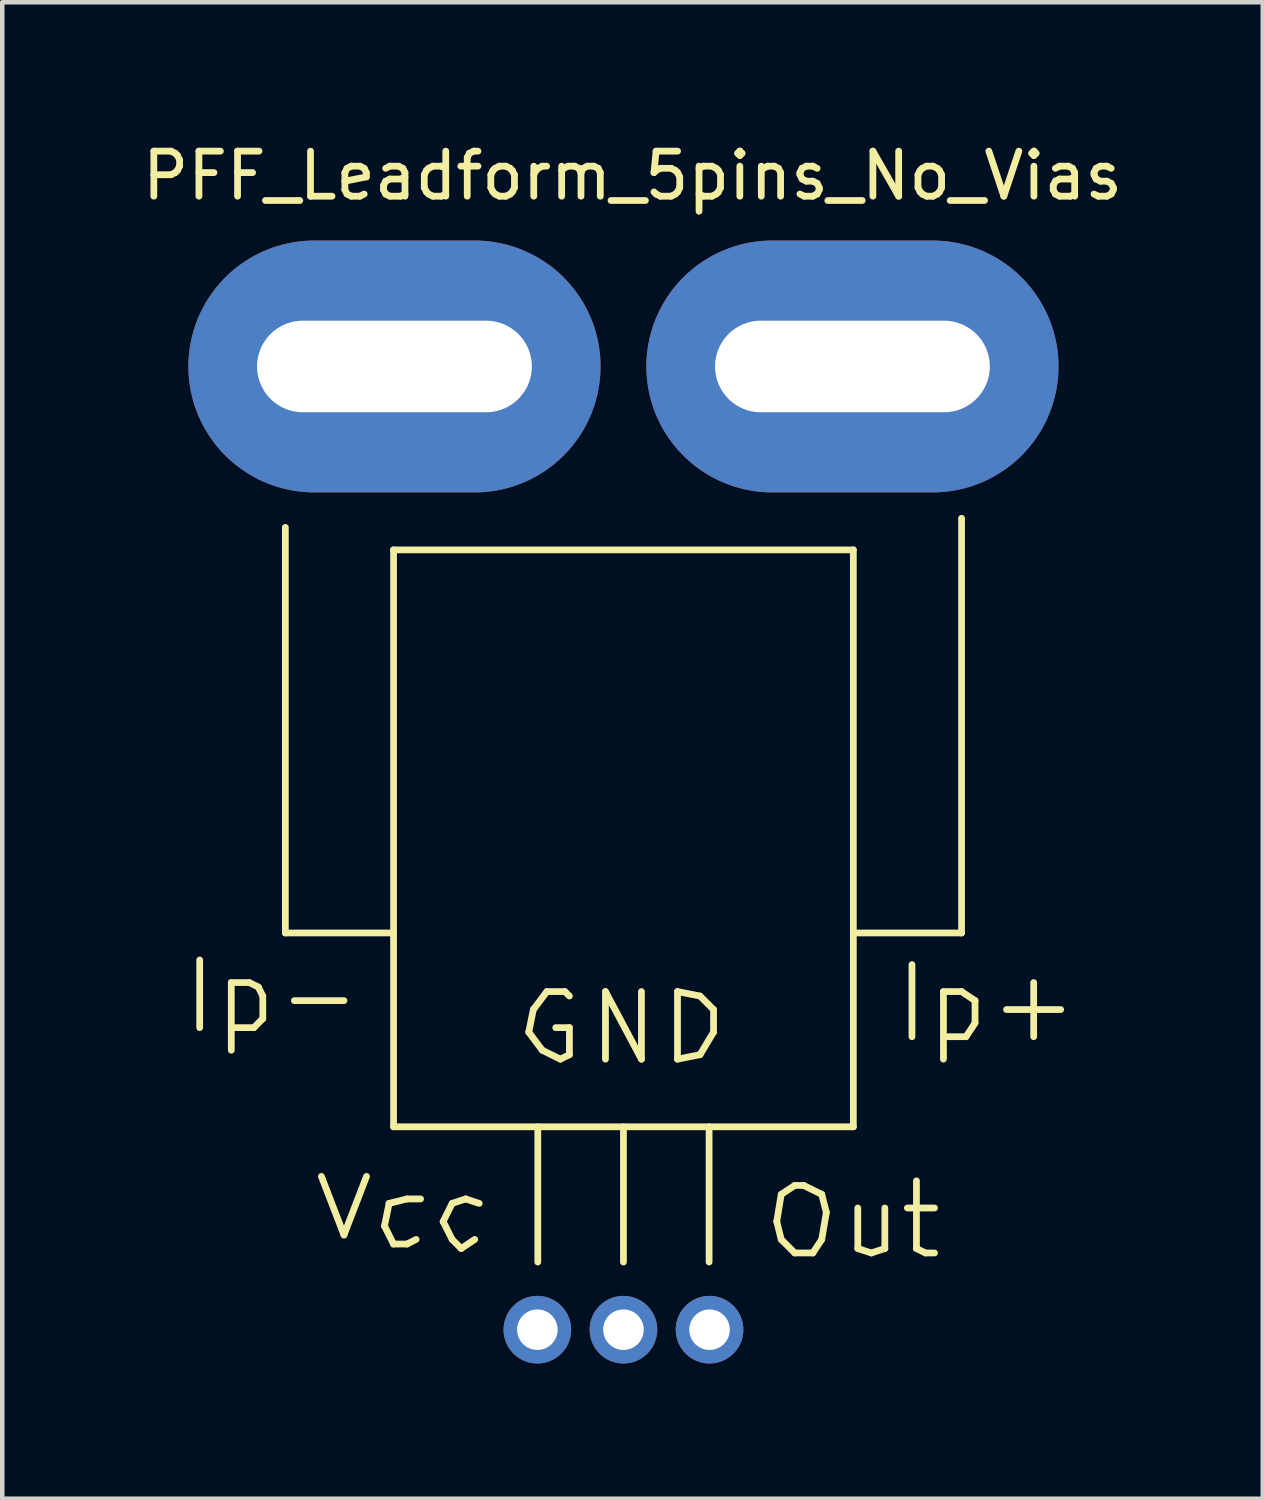
<source format=kicad_pcb>
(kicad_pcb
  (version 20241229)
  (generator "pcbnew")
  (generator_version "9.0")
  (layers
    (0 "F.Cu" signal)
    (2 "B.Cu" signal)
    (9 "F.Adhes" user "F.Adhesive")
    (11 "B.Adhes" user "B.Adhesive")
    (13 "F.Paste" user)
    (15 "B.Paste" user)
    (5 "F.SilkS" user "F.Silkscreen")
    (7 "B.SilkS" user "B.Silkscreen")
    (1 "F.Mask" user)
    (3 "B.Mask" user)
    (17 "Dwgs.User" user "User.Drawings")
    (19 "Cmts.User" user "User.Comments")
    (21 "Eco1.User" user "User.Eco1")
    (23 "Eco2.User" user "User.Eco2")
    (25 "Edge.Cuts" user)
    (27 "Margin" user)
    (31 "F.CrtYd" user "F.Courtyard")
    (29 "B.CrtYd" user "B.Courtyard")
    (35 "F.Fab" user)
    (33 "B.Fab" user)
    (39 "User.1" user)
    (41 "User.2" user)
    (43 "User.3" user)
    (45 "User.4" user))
  (footprint "PFF_Leadform_5pins_No_Vias"
    (layer "F.Cu")
    (at 10.781 15.24)
    (property "Reference" "PFF_Leadform_5pins_No_Vias" (at 0.201 -14.392 0) (layer "F.SilkS") (effects (font (size 1 1) (thickness 0.15))))
    (attr through_hole)
    (fp_line (start -9.401 3.007) (end -9.401 4.508) (stroke (width 0.15) (type solid)) (layer "F.SilkS"))
    (fp_line (start -8.7 3.508) (end -8.7 5.009) (stroke (width 0.15) (type solid)) (layer "F.SilkS"))
    (fp_line (start -8.7 3.508) (end -8.301 3.508) (stroke (width 0.15) (type solid)) (layer "F.SilkS"))
    (fp_line (start -8.301 3.508) (end -8.1 3.607) (stroke (width 0.15) (type solid)) (layer "F.SilkS"))
    (fp_line (start -8.199 4.508) (end -8.7 4.508) (stroke (width 0.15) (type solid)) (layer "F.SilkS"))
    (fp_line (start -8.1 3.607) (end -8.001 3.807) (stroke (width 0.15) (type solid)) (layer "F.SilkS"))
    (fp_line (start -8.001 3.807) (end -8.001 4.308) (stroke (width 0.15) (type solid)) (layer "F.SilkS"))
    (fp_line (start -8.001 4.308) (end -8.199 4.508) (stroke (width 0.15) (type solid)) (layer "F.SilkS"))
    (fp_line (start -7.501 2.408) (end -7.501 -6.591) (stroke (width 0.15) (type solid)) (layer "F.SilkS"))
    (fp_line (start -6.701 7.808) (end -6.2 9.108) (stroke (width 0.15) (type solid)) (layer "F.SilkS"))
    (fp_line (start -6.2 3.909) (end -7.3 3.909) (stroke (width 0.15) (type solid)) (layer "F.SilkS"))
    (fp_line (start -6.2 9.108) (end -5.7 7.808) (stroke (width 0.15) (type solid)) (layer "F.SilkS"))
    (fp_line (start -5.301 8.908) (end -5.1 9.309) (stroke (width 0.15) (type solid)) (layer "F.SilkS"))
    (fp_line (start -5.199 8.407) (end -5.301 8.908) (stroke (width 0.15) (type solid)) (layer "F.SilkS"))
    (fp_line (start -5.1 -6.091) (end 5.1 -6.091) (stroke (width 0.15) (type solid)) (layer "F.SilkS"))
    (fp_line (start -5.1 2.408) (end -7.501 2.408) (stroke (width 0.15) (type solid)) (layer "F.SilkS"))
    (fp_line (start -5.1 6.708) (end -5.1 -6.091) (stroke (width 0.15) (type solid)) (layer "F.SilkS"))
    (fp_line (start -5.1 9.309) (end -4.801 9.309) (stroke (width 0.15) (type solid)) (layer "F.SilkS"))
    (fp_line (start -4.801 8.308) (end -5.199 8.407) (stroke (width 0.15) (type solid)) (layer "F.SilkS"))
    (fp_line (start -4.801 9.309) (end -4.6 9.207) (stroke (width 0.15) (type solid)) (layer "F.SilkS"))
    (fp_line (start -4.501 8.308) (end -4.801 8.308) (stroke (width 0.15) (type solid)) (layer "F.SilkS"))
    (fp_line (start -4 8.809) (end -3.8 9.207) (stroke (width 0.15) (type solid)) (layer "F.SilkS"))
    (fp_line (start -3.8 8.407) (end -4 8.809) (stroke (width 0.15) (type solid)) (layer "F.SilkS"))
    (fp_line (start -3.8 9.207) (end -3.599 9.408) (stroke (width 0.15) (type solid)) (layer "F.SilkS"))
    (fp_line (start -3.599 9.408) (end -3.299 9.207) (stroke (width 0.15) (type solid)) (layer "F.SilkS"))
    (fp_line (start -3.5 8.308) (end -3.8 8.407) (stroke (width 0.15) (type solid)) (layer "F.SilkS"))
    (fp_line (start -3.2 8.407) (end -3.5 8.308) (stroke (width 0.15) (type solid)) (layer "F.SilkS"))
    (fp_line (start -2.101 4.608) (end -1.801 5.009) (stroke (width 0.15) (type solid)) (layer "F.SilkS"))
    (fp_line (start -1.999 4.107) (end -2.101 4.608) (stroke (width 0.15) (type solid)) (layer "F.SilkS"))
    (fp_line (start -1.9 6.708) (end -1.9 9.708) (stroke (width 0.15) (type solid)) (layer "F.SilkS"))
    (fp_line (start -1.801 5.009) (end -1.4 5.207) (stroke (width 0.15) (type solid)) (layer "F.SilkS"))
    (fp_line (start -1.699 3.708) (end -1.999 4.107) (stroke (width 0.15) (type solid)) (layer "F.SilkS"))
    (fp_line (start -1.4 5.207) (end -1.199 5.108) (stroke (width 0.15) (type solid)) (layer "F.SilkS"))
    (fp_line (start -1.3 3.708) (end -1.699 3.708) (stroke (width 0.15) (type solid)) (layer "F.SilkS"))
    (fp_line (start -1.199 3.807) (end -1.3 3.708) (stroke (width 0.15) (type solid)) (layer "F.SilkS"))
    (fp_line (start -1.199 4.508) (end -1.501 4.508) (stroke (width 0.15) (type solid)) (layer "F.SilkS"))
    (fp_line (start -1.199 5.108) (end -1.199 4.508) (stroke (width 0.15) (type solid)) (layer "F.SilkS"))
    (fp_line (start -0.399 3.708) (end 0.399 5.207) (stroke (width 0.15) (type solid)) (layer "F.SilkS"))
    (fp_line (start -0.399 5.207) (end -0.399 3.708) (stroke (width 0.15) (type solid)) (layer "F.SilkS"))
    (fp_line (start 0 6.708) (end 0 9.708) (stroke (width 0.15) (type solid)) (layer "F.SilkS"))
    (fp_line (start 0.399 5.207) (end 0.399 3.708) (stroke (width 0.15) (type solid)) (layer "F.SilkS"))
    (fp_line (start 1.199 3.708) (end 1.199 5.207) (stroke (width 0.15) (type solid)) (layer "F.SilkS"))
    (fp_line (start 1.199 5.207) (end 1.699 5.108) (stroke (width 0.15) (type solid)) (layer "F.SilkS"))
    (fp_line (start 1.699 3.807) (end 1.199 3.708) (stroke (width 0.15) (type solid)) (layer "F.SilkS"))
    (fp_line (start 1.699 5.108) (end 1.999 4.608) (stroke (width 0.15) (type solid)) (layer "F.SilkS"))
    (fp_line (start 1.9 6.708) (end 1.9 9.708) (stroke (width 0.15) (type solid)) (layer "F.SilkS"))
    (fp_line (start 1.999 4.107) (end 1.699 3.807) (stroke (width 0.15) (type solid)) (layer "F.SilkS"))
    (fp_line (start 1.999 4.608) (end 1.999 4.107) (stroke (width 0.15) (type solid)) (layer "F.SilkS"))
    (fp_line (start 3.401 8.809) (end 3.5 9.207) (stroke (width 0.15) (type solid)) (layer "F.SilkS"))
    (fp_line (start 3.5 8.207) (end 3.401 8.809) (stroke (width 0.15) (type solid)) (layer "F.SilkS"))
    (fp_line (start 3.5 9.207) (end 3.8 9.507) (stroke (width 0.15) (type solid)) (layer "F.SilkS"))
    (fp_line (start 3.8 8.009) (end 3.5 8.207) (stroke (width 0.15) (type solid)) (layer "F.SilkS"))
    (fp_line (start 3.8 9.507) (end 4.201 9.507) (stroke (width 0.15) (type solid)) (layer "F.SilkS"))
    (fp_line (start 4 8.009) (end 3.8 8.009) (stroke (width 0.15) (type solid)) (layer "F.SilkS"))
    (fp_line (start 4.201 9.507) (end 4.399 9.207) (stroke (width 0.15) (type solid)) (layer "F.SilkS"))
    (fp_line (start 4.399 8.207) (end 4 8.009) (stroke (width 0.15) (type solid)) (layer "F.SilkS"))
    (fp_line (start 4.399 9.207) (end 4.501 8.608) (stroke (width 0.15) (type solid)) (layer "F.SilkS"))
    (fp_line (start 4.501 8.608) (end 4.399 8.207) (stroke (width 0.15) (type solid)) (layer "F.SilkS"))
    (fp_line (start 5.1 -6.091) (end 5.1 6.708) (stroke (width 0.15) (type solid)) (layer "F.SilkS"))
    (fp_line (start 5.1 2.408) (end 7.501 2.408) (stroke (width 0.15) (type solid)) (layer "F.SilkS"))
    (fp_line (start 5.1 6.708) (end -5.1 6.708) (stroke (width 0.15) (type solid)) (layer "F.SilkS"))
    (fp_line (start 5.199 8.509) (end 5.199 9.408) (stroke (width 0.15) (type solid)) (layer "F.SilkS"))
    (fp_line (start 5.199 9.408) (end 5.499 9.507) (stroke (width 0.15) (type solid)) (layer "F.SilkS"))
    (fp_line (start 5.499 9.507) (end 5.799 9.408) (stroke (width 0.15) (type solid)) (layer "F.SilkS"))
    (fp_line (start 5.799 9.408) (end 5.799 8.509) (stroke (width 0.15) (type solid)) (layer "F.SilkS"))
    (fp_line (start 6.401 3.109) (end 6.401 4.709) (stroke (width 0.15) (type solid)) (layer "F.SilkS"))
    (fp_line (start 6.5 7.907) (end 6.5 9.408) (stroke (width 0.15) (type solid)) (layer "F.SilkS"))
    (fp_line (start 6.5 9.408) (end 6.701 9.507) (stroke (width 0.15) (type solid)) (layer "F.SilkS"))
    (fp_line (start 6.701 9.507) (end 6.901 9.507) (stroke (width 0.15) (type solid)) (layer "F.SilkS"))
    (fp_line (start 6.901 8.509) (end 6.299 8.509) (stroke (width 0.15) (type solid)) (layer "F.SilkS"))
    (fp_line (start 7.099 3.708) (end 7.099 5.207) (stroke (width 0.15) (type solid)) (layer "F.SilkS"))
    (fp_line (start 7.099 3.708) (end 7.501 3.708) (stroke (width 0.15) (type solid)) (layer "F.SilkS"))
    (fp_line (start 7.501 2.408) (end 7.501 -6.792) (stroke (width 0.15) (type solid)) (layer "F.SilkS"))
    (fp_line (start 7.501 3.708) (end 7.8 3.909) (stroke (width 0.15) (type solid)) (layer "F.SilkS"))
    (fp_line (start 7.6 4.709) (end 7.201 4.709) (stroke (width 0.15) (type solid)) (layer "F.SilkS"))
    (fp_line (start 7.8 3.909) (end 7.8 4.407) (stroke (width 0.15) (type solid)) (layer "F.SilkS"))
    (fp_line (start 7.8 4.407) (end 7.6 4.709) (stroke (width 0.15) (type solid)) (layer "F.SilkS"))
    (fp_line (start 9.101 3.508) (end 9.101 4.709) (stroke (width 0.15) (type solid)) (layer "F.SilkS"))
    (fp_line (start 9.7 4.107) (end 8.499 4.107) (stroke (width 0.15) (type solid)) (layer "F.SilkS"))
    (pad "1" thru_hole circle (at -1.91 11.209) (size 1.501 1.501) (drill 0.899) (layers "*.Cu" "*.Mask"))
    (pad "2" thru_hole circle (at 0 11.209) (size 1.501 1.501) (drill 0.899) (layers "*.Cu" "*.Mask"))
    (pad "3" thru_hole circle (at 1.91 11.209) (size 1.501 1.501) (drill 0.899) (layers "*.Cu" "*.Mask"))
    (pad "4" thru_hole oval (at 5.08 -10.16) (size 9.144 5.588) (drill oval 6.096 2.032) (layers "*.Cu" "*.Mask"))
    (pad "5" thru_hole oval (at -5.08 -10.16) (size 9.144 5.588) (drill oval 6.096 2.032) (layers "*.Cu" "*.Mask")))
  (gr_rect
    (start -3 -3)
    (end 24.964 30.199)
    (stroke (width 0.1) (type default))
    (fill no)
    (layer "Edge.Cuts")))
</source>
